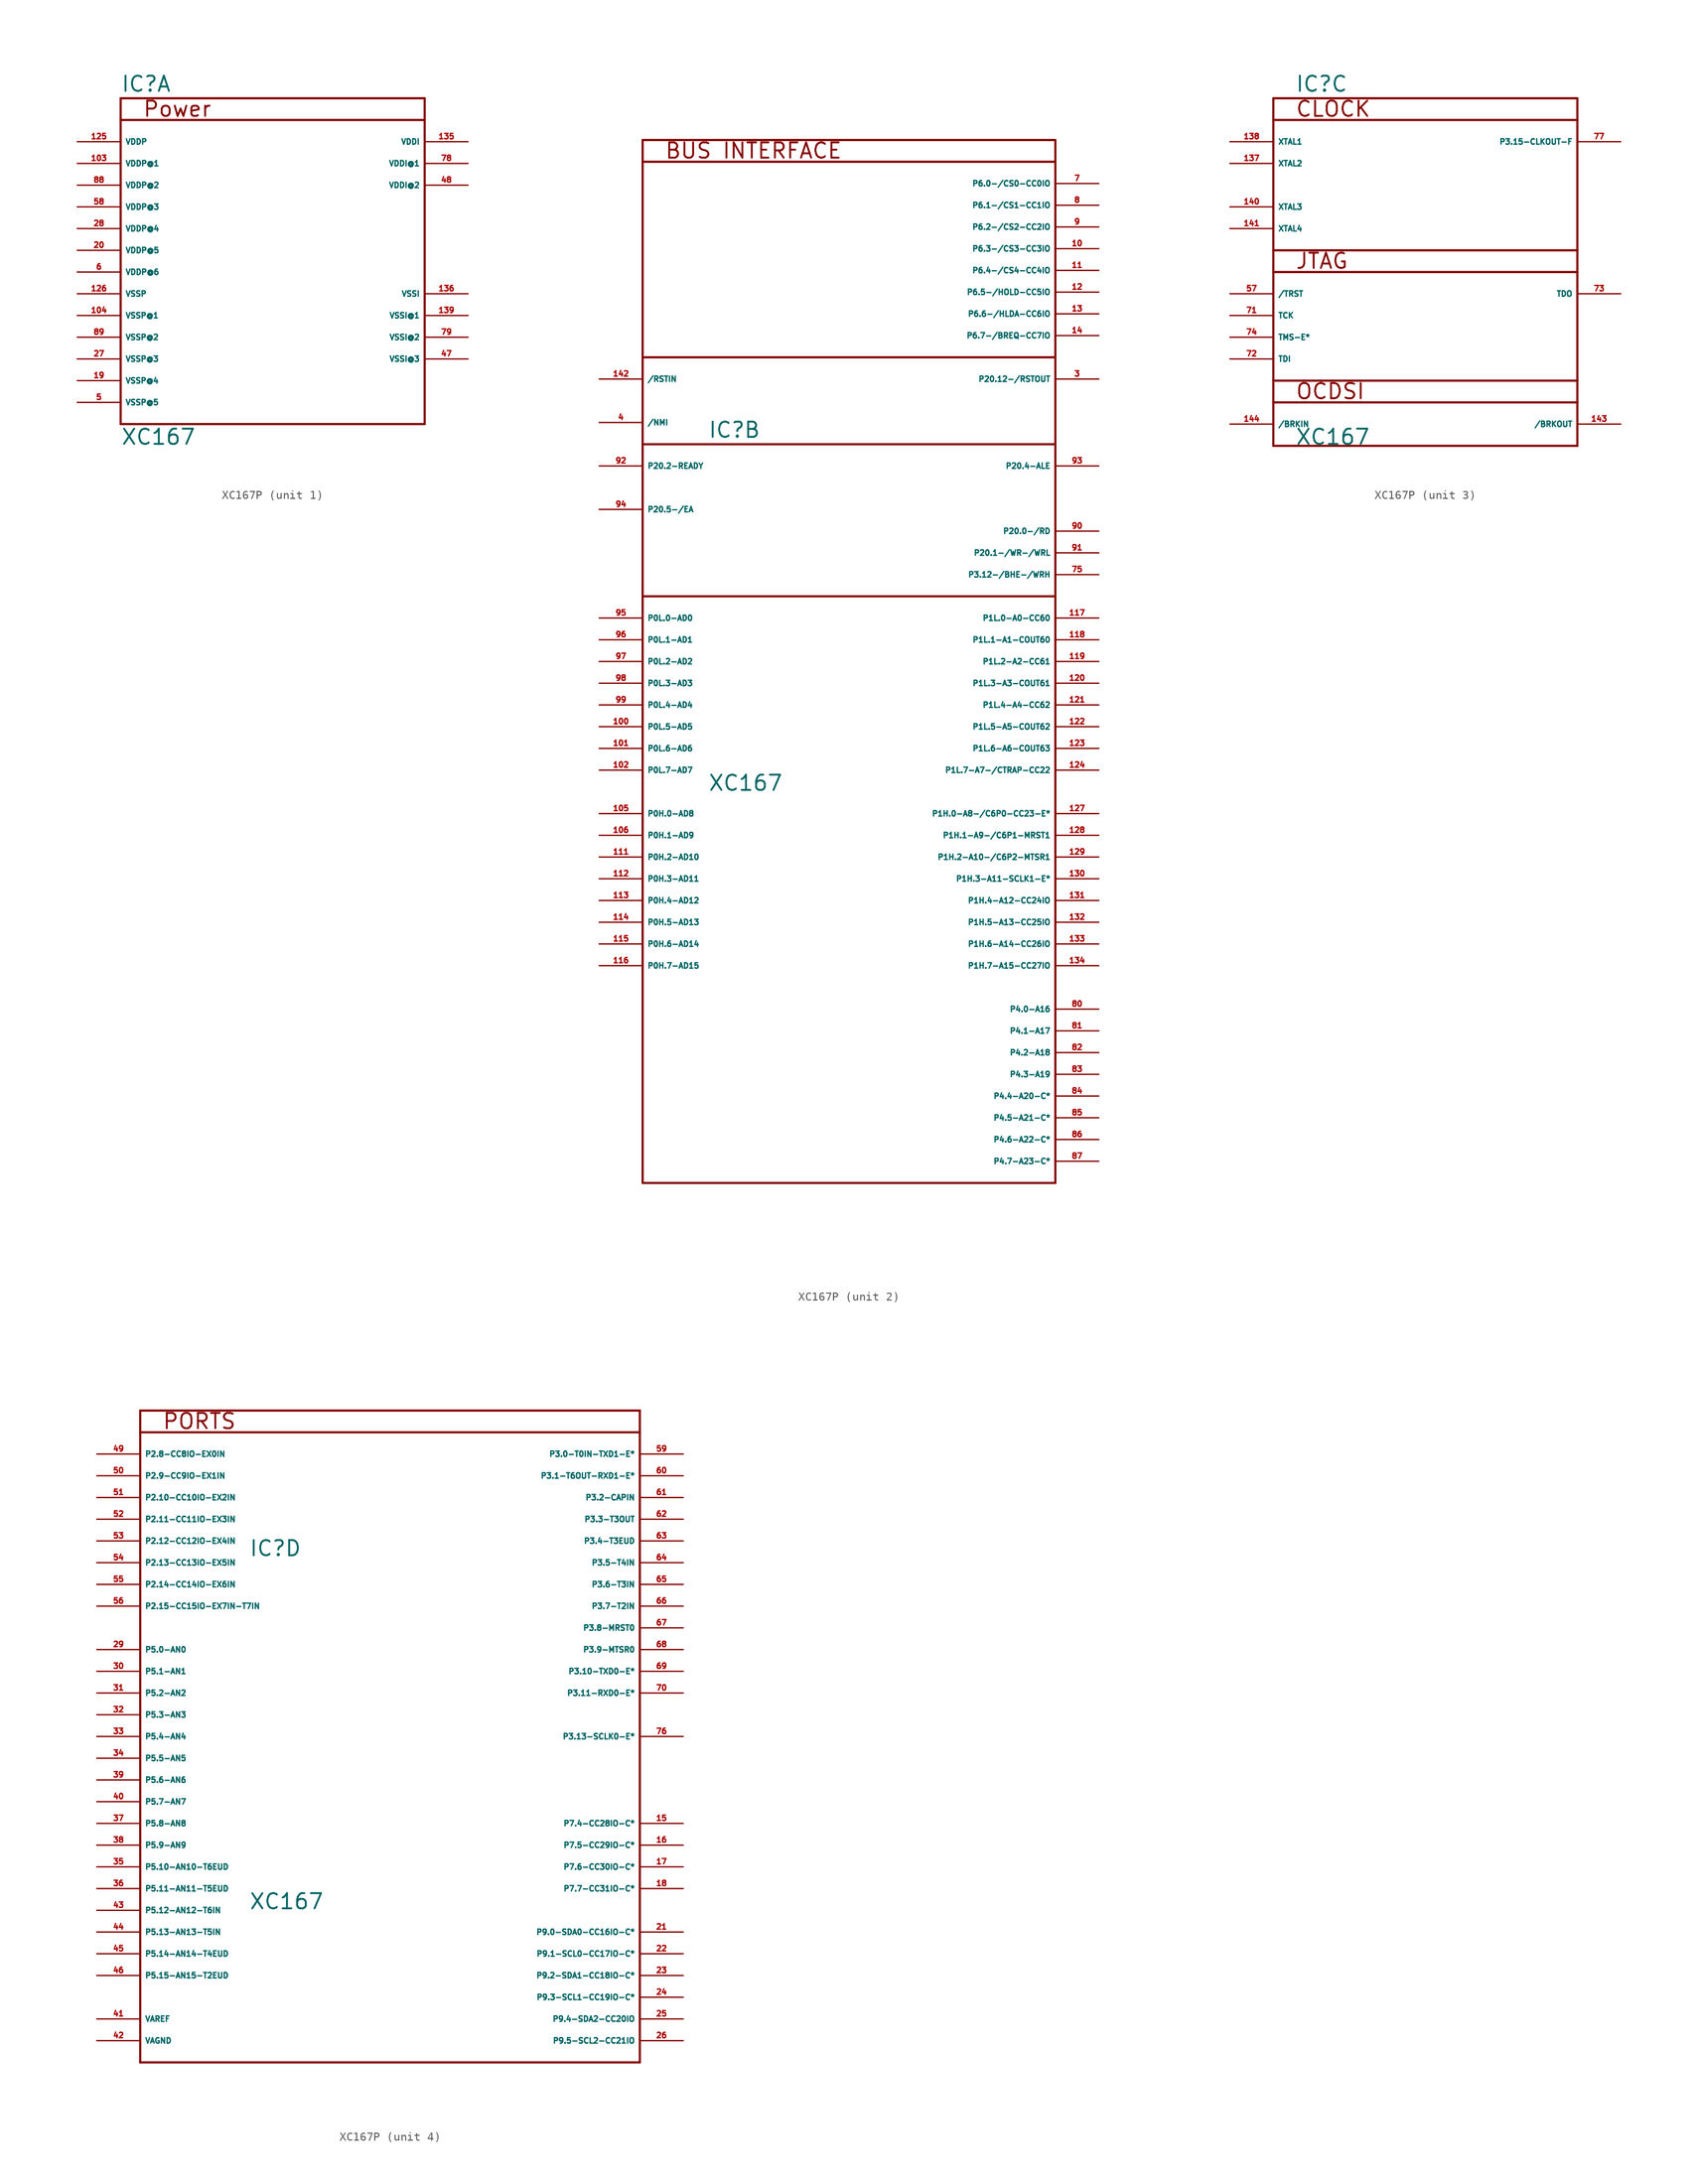
<source format=kicad_sym>
(kicad_symbol_lib
  (version 20220914)
  (generator Eagle2Kicad)
  (symbol "XC167P"
    (property "Reference" "IC"
      (at -15.24 20.955 0)
      (effects (font (size 1.778 1.778) (thickness 0.22)) (justify left bottom)))
    (property "Value" "XC167"
      (at -15.24 -20.32 0)
      (effects (font (size 1.778 1.778) (thickness 0.22)) (justify left bottom)))
    (symbol "XC167P_1_0"
      (polyline (pts (xy 20.32 -17.78) (xy 20.32 17.78)) (stroke (width 0.254) (type default)) (fill (type none)))
      (polyline (pts (xy 20.32 17.78) (xy 20.32 20.32)) (stroke (width 0.254) (type default)) (fill (type none)))
      (polyline (pts (xy 20.32 20.32) (xy -15.24 20.32)) (stroke (width 0.254) (type default)) (fill (type none)))
      (polyline (pts (xy -15.24 20.32) (xy -15.24 17.78)) (stroke (width 0.254) (type default)) (fill (type none)))
      (polyline (pts (xy -15.24 17.78) (xy -15.24 -17.78)) (stroke (width 0.254) (type default)) (fill (type none)))
      (polyline (pts (xy -15.24 -17.78) (xy 20.32 -17.78)) (stroke (width 0.254) (type default)) (fill (type none)))
      (polyline (pts (xy -15.24 17.78) (xy 20.32 17.78)) (stroke (width 0.254) (type default)) (fill (type none)))
      (text "Power" (at -12.7 18.034 0) (effects (font (size 1.778 1.778) (thickness 0.22)) (justify left bottom)))
      (pin unspecified line (at -20.32 15.24 0) (length 5.08) (name "VDDP" (effects (font (size 0.635 0.635) (thickness 0.08)) (justify left bottom))) (number "125" (effects (font (size 0.635 0.635) (thickness 0.08)) (justify left bottom))))
      (pin unspecified line (at -20.32 12.7 0) (length 5.08) (name "VDDP@1" (effects (font (size 0.635 0.635) (thickness 0.08)) (justify left bottom))) (number "103" (effects (font (size 0.635 0.635) (thickness 0.08)) (justify left bottom))))
      (pin unspecified line (at -20.32 10.16 0) (length 5.08) (name "VDDP@2" (effects (font (size 0.635 0.635) (thickness 0.08)) (justify left bottom))) (number "88" (effects (font (size 0.635 0.635) (thickness 0.08)) (justify left bottom))))
      (pin unspecified line (at -20.32 7.62 0) (length 5.08) (name "VDDP@3" (effects (font (size 0.635 0.635) (thickness 0.08)) (justify left bottom))) (number "58" (effects (font (size 0.635 0.635) (thickness 0.08)) (justify left bottom))))
      (pin unspecified line (at -20.32 5.08 0) (length 5.08) (name "VDDP@4" (effects (font (size 0.635 0.635) (thickness 0.08)) (justify left bottom))) (number "28" (effects (font (size 0.635 0.635) (thickness 0.08)) (justify left bottom))))
      (pin unspecified line (at -20.32 2.54 0) (length 5.08) (name "VDDP@5" (effects (font (size 0.635 0.635) (thickness 0.08)) (justify left bottom))) (number "20" (effects (font (size 0.635 0.635) (thickness 0.08)) (justify left bottom))))
      (pin unspecified line (at -20.32 0 0) (length 5.08) (name "VDDP@6" (effects (font (size 0.635 0.635) (thickness 0.08)) (justify left bottom))) (number "6" (effects (font (size 0.635 0.635) (thickness 0.08)) (justify left bottom))))
      (pin unspecified line (at -20.32 -2.54 0) (length 5.08) (name "VSSP" (effects (font (size 0.635 0.635) (thickness 0.08)) (justify left bottom))) (number "126" (effects (font (size 0.635 0.635) (thickness 0.08)) (justify left bottom))))
      (pin unspecified line (at -20.32 -5.08 0) (length 5.08) (name "VSSP@1" (effects (font (size 0.635 0.635) (thickness 0.08)) (justify left bottom))) (number "104" (effects (font (size 0.635 0.635) (thickness 0.08)) (justify left bottom))))
      (pin unspecified line (at -20.32 -7.62 0) (length 5.08) (name "VSSP@2" (effects (font (size 0.635 0.635) (thickness 0.08)) (justify left bottom))) (number "89" (effects (font (size 0.635 0.635) (thickness 0.08)) (justify left bottom))))
      (pin unspecified line (at -20.32 -10.16 0) (length 5.08) (name "VSSP@3" (effects (font (size 0.635 0.635) (thickness 0.08)) (justify left bottom))) (number "27" (effects (font (size 0.635 0.635) (thickness 0.08)) (justify left bottom))))
      (pin unspecified line (at -20.32 -12.7 0) (length 5.08) (name "VSSP@4" (effects (font (size 0.635 0.635) (thickness 0.08)) (justify left bottom))) (number "19" (effects (font (size 0.635 0.635) (thickness 0.08)) (justify left bottom))))
      (pin unspecified line (at -20.32 -15.24 0) (length 5.08) (name "VSSP@5" (effects (font (size 0.635 0.635) (thickness 0.08)) (justify left bottom))) (number "5" (effects (font (size 0.635 0.635) (thickness 0.08)) (justify left bottom))))
      (pin unspecified line (at 25.4 15.24 180) (length 5.08) (name "VDDI" (effects (font (size 0.635 0.635) (thickness 0.08)) (justify left bottom))) (number "135" (effects (font (size 0.635 0.635) (thickness 0.08)) (justify left bottom))))
      (pin unspecified line (at 25.4 12.7 180) (length 5.08) (name "VDDI@1" (effects (font (size 0.635 0.635) (thickness 0.08)) (justify left bottom))) (number "78" (effects (font (size 0.635 0.635) (thickness 0.08)) (justify left bottom))))
      (pin unspecified line (at 25.4 10.16 180) (length 5.08) (name "VDDI@2" (effects (font (size 0.635 0.635) (thickness 0.08)) (justify left bottom))) (number "48" (effects (font (size 0.635 0.635) (thickness 0.08)) (justify left bottom))))
      (pin unspecified line (at 25.4 -2.54 180) (length 5.08) (name "VSSI" (effects (font (size 0.635 0.635) (thickness 0.08)) (justify left bottom))) (number "136" (effects (font (size 0.635 0.635) (thickness 0.08)) (justify left bottom))))
      (pin unspecified line (at 25.4 -5.08 180) (length 5.08) (name "VSSI@1" (effects (font (size 0.635 0.635) (thickness 0.08)) (justify left bottom))) (number "139" (effects (font (size 0.635 0.635) (thickness 0.08)) (justify left bottom))))
      (pin unspecified line (at 25.4 -7.62 180) (length 5.08) (name "VSSI@2" (effects (font (size 0.635 0.635) (thickness 0.08)) (justify left bottom))) (number "79" (effects (font (size 0.635 0.635) (thickness 0.08)) (justify left bottom))))
      (pin output line (at 25.4 -10.16 180) (length 5.08) (name "VSSI@3" (effects (font (size 0.635 0.635) (thickness 0.08)) (justify left bottom))) (number "47" (effects (font (size 0.635 0.635) (thickness 0.08)) (justify left bottom)))))
    (symbol "XC167P_2_0"
      (polyline (pts (xy -22.86 -66.04) (xy 25.4 -66.04)) (stroke (width 0.254) (type default)) (fill (type none)))
      (polyline (pts (xy 25.4 -66.04) (xy 25.4 2.54)) (stroke (width 0.254) (type default)) (fill (type none)))
      (polyline (pts (xy 25.4 2.54) (xy 25.4 20.32)) (stroke (width 0.254) (type default)) (fill (type none)))
      (polyline (pts (xy 25.4 20.32) (xy 25.4 30.48)) (stroke (width 0.254) (type default)) (fill (type none)))
      (polyline (pts (xy 25.4 30.48) (xy 25.4 53.34)) (stroke (width 0.254) (type default)) (fill (type none)))
      (polyline (pts (xy 25.4 53.34) (xy 25.4 55.88)) (stroke (width 0.254) (type default)) (fill (type none)))
      (polyline (pts (xy 25.4 55.88) (xy -22.86 55.88)) (stroke (width 0.254) (type default)) (fill (type none)))
      (polyline (pts (xy -22.86 55.88) (xy -22.86 53.34)) (stroke (width 0.254) (type default)) (fill (type none)))
      (polyline (pts (xy -22.86 53.34) (xy -22.86 30.48)) (stroke (width 0.254) (type default)) (fill (type none)))
      (polyline (pts (xy -22.86 30.48) (xy -22.86 20.32)) (stroke (width 0.254) (type default)) (fill (type none)))
      (polyline (pts (xy -22.86 20.32) (xy -22.86 2.54)) (stroke (width 0.254) (type default)) (fill (type none)))
      (polyline (pts (xy -22.86 2.54) (xy -22.86 -66.04)) (stroke (width 0.254) (type default)) (fill (type none)))
      (polyline (pts (xy 25.4 30.48) (xy -22.86 30.48)) (stroke (width 0.254) (type default)) (fill (type none)))
      (polyline (pts (xy -22.86 2.54) (xy 25.4 2.54)) (stroke (width 0.254) (type default)) (fill (type none)))
      (polyline (pts (xy -22.86 20.32) (xy 25.4 20.32)) (stroke (width 0.254) (type default)) (fill (type none)))
      (polyline (pts (xy -22.86 53.34) (xy 25.4 53.34)) (stroke (width 0.254) (type default)) (fill (type none)))
      (text "BUS INTERFACE" (at -20.32 53.594 0) (effects (font (size 1.778 1.778) (thickness 0.22)) (justify left bottom)))
      (pin bidirectional line (at 30.48 0 180) (length 5.08) (name "P1L.0-A0-CC60" (effects (font (size 0.635 0.635) (thickness 0.08)) (justify left bottom))) (number "117" (effects (font (size 0.635 0.635) (thickness 0.08)) (justify left bottom))))
      (pin bidirectional line (at 30.48 -2.54 180) (length 5.08) (name "P1L.1-A1-COUT60" (effects (font (size 0.635 0.635) (thickness 0.08)) (justify left bottom))) (number "118" (effects (font (size 0.635 0.635) (thickness 0.08)) (justify left bottom))))
      (pin bidirectional line (at 30.48 -5.08 180) (length 5.08) (name "P1L.2-A2-CC61" (effects (font (size 0.635 0.635) (thickness 0.08)) (justify left bottom))) (number "119" (effects (font (size 0.635 0.635) (thickness 0.08)) (justify left bottom))))
      (pin bidirectional line (at 30.48 -7.62 180) (length 5.08) (name "P1L.3-A3-COUT61" (effects (font (size 0.635 0.635) (thickness 0.08)) (justify left bottom))) (number "120" (effects (font (size 0.635 0.635) (thickness 0.08)) (justify left bottom))))
      (pin bidirectional line (at 30.48 -10.16 180) (length 5.08) (name "P1L.4-A4-CC62" (effects (font (size 0.635 0.635) (thickness 0.08)) (justify left bottom))) (number "121" (effects (font (size 0.635 0.635) (thickness 0.08)) (justify left bottom))))
      (pin bidirectional line (at 30.48 -12.7 180) (length 5.08) (name "P1L.5-A5-COUT62" (effects (font (size 0.635 0.635) (thickness 0.08)) (justify left bottom))) (number "122" (effects (font (size 0.635 0.635) (thickness 0.08)) (justify left bottom))))
      (pin bidirectional line (at 30.48 -15.24 180) (length 5.08) (name "P1L.6-A6-COUT63" (effects (font (size 0.635 0.635) (thickness 0.08)) (justify left bottom))) (number "123" (effects (font (size 0.635 0.635) (thickness 0.08)) (justify left bottom))))
      (pin bidirectional line (at 30.48 -17.78 180) (length 5.08) (name "P1L.7-A7-/CTRAP-CC22" (effects (font (size 0.635 0.635) (thickness 0.08)) (justify left bottom))) (number "124" (effects (font (size 0.635 0.635) (thickness 0.08)) (justify left bottom))))
      (pin bidirectional line (at 30.48 -22.86 180) (length 5.08) (name "P1H.0-A8-/C6P0-CC23-E*" (effects (font (size 0.635 0.635) (thickness 0.08)) (justify left bottom))) (number "127" (effects (font (size 0.635 0.635) (thickness 0.08)) (justify left bottom))))
      (pin bidirectional line (at 30.48 -25.4 180) (length 5.08) (name "P1H.1-A9-/C6P1-MRST1" (effects (font (size 0.635 0.635) (thickness 0.08)) (justify left bottom))) (number "128" (effects (font (size 0.635 0.635) (thickness 0.08)) (justify left bottom))))
      (pin bidirectional line (at 30.48 -27.94 180) (length 5.08) (name "P1H.2-A10-/C6P2-MTSR1" (effects (font (size 0.635 0.635) (thickness 0.08)) (justify left bottom))) (number "129" (effects (font (size 0.635 0.635) (thickness 0.08)) (justify left bottom))))
      (pin bidirectional line (at 30.48 -30.48 180) (length 5.08) (name "P1H.3-A11-SCLK1-E*" (effects (font (size 0.635 0.635) (thickness 0.08)) (justify left bottom))) (number "130" (effects (font (size 0.635 0.635) (thickness 0.08)) (justify left bottom))))
      (pin bidirectional line (at 30.48 -33.02 180) (length 5.08) (name "P1H.4-A12-CC24IO" (effects (font (size 0.635 0.635) (thickness 0.08)) (justify left bottom))) (number "131" (effects (font (size 0.635 0.635) (thickness 0.08)) (justify left bottom))))
      (pin bidirectional line (at 30.48 -35.56 180) (length 5.08) (name "P1H.5-A13-CC25IO" (effects (font (size 0.635 0.635) (thickness 0.08)) (justify left bottom))) (number "132" (effects (font (size 0.635 0.635) (thickness 0.08)) (justify left bottom))))
      (pin bidirectional line (at 30.48 -38.1 180) (length 5.08) (name "P1H.6-A14-CC26IO" (effects (font (size 0.635 0.635) (thickness 0.08)) (justify left bottom))) (number "133" (effects (font (size 0.635 0.635) (thickness 0.08)) (justify left bottom))))
      (pin bidirectional line (at 30.48 -40.64 180) (length 5.08) (name "P1H.7-A15-CC27IO" (effects (font (size 0.635 0.635) (thickness 0.08)) (justify left bottom))) (number "134" (effects (font (size 0.635 0.635) (thickness 0.08)) (justify left bottom))))
      (pin bidirectional line (at 30.48 5.08 180) (length 5.08) (name "P3.12-/BHE-/WRH" (effects (font (size 0.635 0.635) (thickness 0.08)) (justify left bottom))) (number "75" (effects (font (size 0.635 0.635) (thickness 0.08)) (justify left bottom))))
      (pin bidirectional line (at 30.48 -45.72 180) (length 5.08) (name "P4.0-A16" (effects (font (size 0.635 0.635) (thickness 0.08)) (justify left bottom))) (number "80" (effects (font (size 0.635 0.635) (thickness 0.08)) (justify left bottom))))
      (pin bidirectional line (at 30.48 -48.26 180) (length 5.08) (name "P4.1-A17" (effects (font (size 0.635 0.635) (thickness 0.08)) (justify left bottom))) (number "81" (effects (font (size 0.635 0.635) (thickness 0.08)) (justify left bottom))))
      (pin bidirectional line (at 30.48 -50.8 180) (length 5.08) (name "P4.2-A18" (effects (font (size 0.635 0.635) (thickness 0.08)) (justify left bottom))) (number "82" (effects (font (size 0.635 0.635) (thickness 0.08)) (justify left bottom))))
      (pin bidirectional line (at 30.48 -53.34 180) (length 5.08) (name "P4.3-A19" (effects (font (size 0.635 0.635) (thickness 0.08)) (justify left bottom))) (number "83" (effects (font (size 0.635 0.635) (thickness 0.08)) (justify left bottom))))
      (pin bidirectional line (at 30.48 -55.88 180) (length 5.08) (name "P4.4-A20-C*" (effects (font (size 0.635 0.635) (thickness 0.08)) (justify left bottom))) (number "84" (effects (font (size 0.635 0.635) (thickness 0.08)) (justify left bottom))))
      (pin bidirectional line (at 30.48 -58.42 180) (length 5.08) (name "P4.5-A21-C*" (effects (font (size 0.635 0.635) (thickness 0.08)) (justify left bottom))) (number "85" (effects (font (size 0.635 0.635) (thickness 0.08)) (justify left bottom))))
      (pin bidirectional line (at 30.48 -60.96 180) (length 5.08) (name "P4.6-A22-C*" (effects (font (size 0.635 0.635) (thickness 0.08)) (justify left bottom))) (number "86" (effects (font (size 0.635 0.635) (thickness 0.08)) (justify left bottom))))
      (pin bidirectional line (at 30.48 -63.5 180) (length 5.08) (name "P4.7-A23-C*" (effects (font (size 0.635 0.635) (thickness 0.08)) (justify left bottom))) (number "87" (effects (font (size 0.635 0.635) (thickness 0.08)) (justify left bottom))))
      (pin bidirectional line (at 30.48 50.8 180) (length 5.08) (name "P6.0-/CS0-CC0IO" (effects (font (size 0.635 0.635) (thickness 0.08)) (justify left bottom))) (number "7" (effects (font (size 0.635 0.635) (thickness 0.08)) (justify left bottom))))
      (pin bidirectional line (at 30.48 48.26 180) (length 5.08) (name "P6.1-/CS1-CC1IO" (effects (font (size 0.635 0.635) (thickness 0.08)) (justify left bottom))) (number "8" (effects (font (size 0.635 0.635) (thickness 0.08)) (justify left bottom))))
      (pin bidirectional line (at 30.48 45.72 180) (length 5.08) (name "P6.2-/CS2-CC2IO" (effects (font (size 0.635 0.635) (thickness 0.08)) (justify left bottom))) (number "9" (effects (font (size 0.635 0.635) (thickness 0.08)) (justify left bottom))))
      (pin bidirectional line (at 30.48 43.18 180) (length 5.08) (name "P6.3-/CS3-CC3IO" (effects (font (size 0.635 0.635) (thickness 0.08)) (justify left bottom))) (number "10" (effects (font (size 0.635 0.635) (thickness 0.08)) (justify left bottom))))
      (pin bidirectional line (at 30.48 40.64 180) (length 5.08) (name "P6.4-/CS4-CC4IO" (effects (font (size 0.635 0.635) (thickness 0.08)) (justify left bottom))) (number "11" (effects (font (size 0.635 0.635) (thickness 0.08)) (justify left bottom))))
      (pin bidirectional line (at 30.48 38.1 180) (length 5.08) (name "P6.5-/HOLD-CC5IO" (effects (font (size 0.635 0.635) (thickness 0.08)) (justify left bottom))) (number "12" (effects (font (size 0.635 0.635) (thickness 0.08)) (justify left bottom))))
      (pin bidirectional line (at 30.48 35.56 180) (length 5.08) (name "P6.6-/HLDA-CC6IO" (effects (font (size 0.635 0.635) (thickness 0.08)) (justify left bottom))) (number "13" (effects (font (size 0.635 0.635) (thickness 0.08)) (justify left bottom))))
      (pin bidirectional line (at 30.48 33.02 180) (length 5.08) (name "P6.7-/BREQ-CC7IO" (effects (font (size 0.635 0.635) (thickness 0.08)) (justify left bottom))) (number "14" (effects (font (size 0.635 0.635) (thickness 0.08)) (justify left bottom))))
      (pin bidirectional line (at 30.48 10.16 180) (length 5.08) (name "P20.0-/RD" (effects (font (size 0.635 0.635) (thickness 0.08)) (justify left bottom))) (number "90" (effects (font (size 0.635 0.635) (thickness 0.08)) (justify left bottom))))
      (pin bidirectional line (at 30.48 7.62 180) (length 5.08) (name "P20.1-/WR-/WRL" (effects (font (size 0.635 0.635) (thickness 0.08)) (justify left bottom))) (number "91" (effects (font (size 0.635 0.635) (thickness 0.08)) (justify left bottom))))
      (pin bidirectional line (at -27.94 17.78 0) (length 5.08) (name "P20.2-READY" (effects (font (size 0.635 0.635) (thickness 0.08)) (justify left bottom))) (number "92" (effects (font (size 0.635 0.635) (thickness 0.08)) (justify left bottom))))
      (pin bidirectional line (at -27.94 12.7 0) (length 5.08) (name "P20.5-/EA" (effects (font (size 0.635 0.635) (thickness 0.08)) (justify left bottom))) (number "94" (effects (font (size 0.635 0.635) (thickness 0.08)) (justify left bottom))))
      (pin bidirectional line (at 30.48 17.78 180) (length 5.08) (name "P20.4-ALE" (effects (font (size 0.635 0.635) (thickness 0.08)) (justify left bottom))) (number "93" (effects (font (size 0.635 0.635) (thickness 0.08)) (justify left bottom))))
      (pin input line (at -27.94 27.94 0) (length 5.08) (name "/RSTIN" (effects (font (size 0.635 0.635) (thickness 0.08)) (justify left bottom))) (number "142" (effects (font (size 0.635 0.635) (thickness 0.08)) (justify left bottom))))
      (pin input line (at -27.94 22.86 0) (length 5.08) (name "/NMI" (effects (font (size 0.635 0.635) (thickness 0.08)) (justify left bottom))) (number "4" (effects (font (size 0.635 0.635) (thickness 0.08)) (justify left bottom))))
      (pin bidirectional line (at 30.48 27.94 180) (length 5.08) (name "P20.12-/RSTOUT" (effects (font (size 0.635 0.635) (thickness 0.08)) (justify left bottom))) (number "3" (effects (font (size 0.635 0.635) (thickness 0.08)) (justify left bottom))))
      (pin bidirectional line (at -27.94 0 0) (length 5.08) (name "P0L.0-AD0" (effects (font (size 0.635 0.635) (thickness 0.08)) (justify left bottom))) (number "95" (effects (font (size 0.635 0.635) (thickness 0.08)) (justify left bottom))))
      (pin bidirectional line (at -27.94 -2.54 0) (length 5.08) (name "P0L.1-AD1" (effects (font (size 0.635 0.635) (thickness 0.08)) (justify left bottom))) (number "96" (effects (font (size 0.635 0.635) (thickness 0.08)) (justify left bottom))))
      (pin bidirectional line (at -27.94 -5.08 0) (length 5.08) (name "P0L.2-AD2" (effects (font (size 0.635 0.635) (thickness 0.08)) (justify left bottom))) (number "97" (effects (font (size 0.635 0.635) (thickness 0.08)) (justify left bottom))))
      (pin bidirectional line (at -27.94 -7.62 0) (length 5.08) (name "P0L.3-AD3" (effects (font (size 0.635 0.635) (thickness 0.08)) (justify left bottom))) (number "98" (effects (font (size 0.635 0.635) (thickness 0.08)) (justify left bottom))))
      (pin bidirectional line (at -27.94 -10.16 0) (length 5.08) (name "P0L.4-AD4" (effects (font (size 0.635 0.635) (thickness 0.08)) (justify left bottom))) (number "99" (effects (font (size 0.635 0.635) (thickness 0.08)) (justify left bottom))))
      (pin bidirectional line (at -27.94 -12.7 0) (length 5.08) (name "P0L.5-AD5" (effects (font (size 0.635 0.635) (thickness 0.08)) (justify left bottom))) (number "100" (effects (font (size 0.635 0.635) (thickness 0.08)) (justify left bottom))))
      (pin bidirectional line (at -27.94 -15.24 0) (length 5.08) (name "P0L.6-AD6" (effects (font (size 0.635 0.635) (thickness 0.08)) (justify left bottom))) (number "101" (effects (font (size 0.635 0.635) (thickness 0.08)) (justify left bottom))))
      (pin bidirectional line (at -27.94 -17.78 0) (length 5.08) (name "P0L.7-AD7" (effects (font (size 0.635 0.635) (thickness 0.08)) (justify left bottom))) (number "102" (effects (font (size 0.635 0.635) (thickness 0.08)) (justify left bottom))))
      (pin bidirectional line (at -27.94 -22.86 0) (length 5.08) (name "P0H.0-AD8" (effects (font (size 0.635 0.635) (thickness 0.08)) (justify left bottom))) (number "105" (effects (font (size 0.635 0.635) (thickness 0.08)) (justify left bottom))))
      (pin bidirectional line (at -27.94 -25.4 0) (length 5.08) (name "P0H.1-AD9" (effects (font (size 0.635 0.635) (thickness 0.08)) (justify left bottom))) (number "106" (effects (font (size 0.635 0.635) (thickness 0.08)) (justify left bottom))))
      (pin bidirectional line (at -27.94 -27.94 0) (length 5.08) (name "P0H.2-AD10" (effects (font (size 0.635 0.635) (thickness 0.08)) (justify left bottom))) (number "111" (effects (font (size 0.635 0.635) (thickness 0.08)) (justify left bottom))))
      (pin bidirectional line (at -27.94 -30.48 0) (length 5.08) (name "P0H.3-AD11" (effects (font (size 0.635 0.635) (thickness 0.08)) (justify left bottom))) (number "112" (effects (font (size 0.635 0.635) (thickness 0.08)) (justify left bottom))))
      (pin bidirectional line (at -27.94 -33.02 0) (length 5.08) (name "P0H.4-AD12" (effects (font (size 0.635 0.635) (thickness 0.08)) (justify left bottom))) (number "113" (effects (font (size 0.635 0.635) (thickness 0.08)) (justify left bottom))))
      (pin bidirectional line (at -27.94 -35.56 0) (length 5.08) (name "P0H.5-AD13" (effects (font (size 0.635 0.635) (thickness 0.08)) (justify left bottom))) (number "114" (effects (font (size 0.635 0.635) (thickness 0.08)) (justify left bottom))))
      (pin bidirectional line (at -27.94 -38.1 0) (length 5.08) (name "P0H.6-AD14" (effects (font (size 0.635 0.635) (thickness 0.08)) (justify left bottom))) (number "115" (effects (font (size 0.635 0.635) (thickness 0.08)) (justify left bottom))))
      (pin bidirectional line (at -27.94 -40.64 0) (length 5.08) (name "P0H.7-AD15" (effects (font (size 0.635 0.635) (thickness 0.08)) (justify left bottom))) (number "116" (effects (font (size 0.635 0.635) (thickness 0.08)) (justify left bottom)))))
    (symbol "XC167P_3_0"
      (polyline (pts (xy 17.78 -20.32) (xy 17.78 -15.24)) (stroke (width 0.254) (type default)) (fill (type none)))
      (polyline (pts (xy 17.78 -15.24) (xy 17.78 -12.7)) (stroke (width 0.254) (type default)) (fill (type none)))
      (polyline (pts (xy 17.78 -12.7) (xy 17.78 0)) (stroke (width 0.254) (type default)) (fill (type none)))
      (polyline (pts (xy 17.78 0) (xy 17.78 2.54)) (stroke (width 0.254) (type default)) (fill (type none)))
      (polyline (pts (xy 17.78 2.54) (xy 17.78 17.78)) (stroke (width 0.254) (type default)) (fill (type none)))
      (polyline (pts (xy 17.78 17.78) (xy 17.78 20.32)) (stroke (width 0.254) (type default)) (fill (type none)))
      (polyline (pts (xy 17.78 20.32) (xy -17.78 20.32)) (stroke (width 0.254) (type default)) (fill (type none)))
      (polyline (pts (xy -17.78 20.32) (xy -17.78 17.78)) (stroke (width 0.254) (type default)) (fill (type none)))
      (polyline (pts (xy -17.78 17.78) (xy -17.78 2.54)) (stroke (width 0.254) (type default)) (fill (type none)))
      (polyline (pts (xy -17.78 2.54) (xy -17.78 0)) (stroke (width 0.254) (type default)) (fill (type none)))
      (polyline (pts (xy -17.78 0) (xy -17.78 -12.7)) (stroke (width 0.254) (type default)) (fill (type none)))
      (polyline (pts (xy -17.78 -12.7) (xy -17.78 -15.24)) (stroke (width 0.254) (type default)) (fill (type none)))
      (polyline (pts (xy -17.78 -15.24) (xy -17.78 -20.32)) (stroke (width 0.254) (type default)) (fill (type none)))
      (polyline (pts (xy 17.78 0) (xy -17.78 0)) (stroke (width 0.254) (type default)) (fill (type none)))
      (polyline (pts (xy -17.78 -15.24) (xy 17.78 -15.24)) (stroke (width 0.254) (type default)) (fill (type none)))
      (polyline (pts (xy -17.78 2.54) (xy 17.78 2.54)) (stroke (width 0.254) (type default)) (fill (type none)))
      (polyline (pts (xy -17.78 -12.7) (xy 17.78 -12.7)) (stroke (width 0.254) (type default)) (fill (type none)))
      (polyline (pts (xy -17.78 -20.32) (xy 17.78 -20.32)) (stroke (width 0.254) (type default)) (fill (type none)))
      (polyline (pts (xy -17.78 17.78) (xy 17.78 17.78)) (stroke (width 0.254) (type default)) (fill (type none)))
      (text "CLOCK" (at -15.24 18.034 0) (effects (font (size 1.778 1.778) (thickness 0.22)) (justify left bottom)))
      (text "JTAG" (at -15.24 0.254 0) (effects (font (size 1.778 1.778) (thickness 0.22)) (justify left bottom)))
      (text "OCDSI" (at -15.24 -14.986 0) (effects (font (size 1.778 1.778) (thickness 0.22)) (justify left bottom)))
      (pin bidirectional line (at 22.86 15.24 180) (length 5.08) (name "P3.15-CLKOUT-F" (effects (font (size 0.635 0.635) (thickness 0.08)) (justify left bottom))) (number "77" (effects (font (size 0.635 0.635) (thickness 0.08)) (justify left bottom))))
      (pin output line (at -22.86 12.7 0) (length 5.08) (name "XTAL2" (effects (font (size 0.635 0.635) (thickness 0.08)) (justify left bottom))) (number "137" (effects (font (size 0.635 0.635) (thickness 0.08)) (justify left bottom))))
      (pin input line (at -22.86 15.24 0) (length 5.08) (name "XTAL1" (effects (font (size 0.635 0.635) (thickness 0.08)) (justify left bottom))) (number "138" (effects (font (size 0.635 0.635) (thickness 0.08)) (justify left bottom))))
      (pin input line (at -22.86 7.62 0) (length 5.08) (name "XTAL3" (effects (font (size 0.635 0.635) (thickness 0.08)) (justify left bottom))) (number "140" (effects (font (size 0.635 0.635) (thickness 0.08)) (justify left bottom))))
      (pin output line (at -22.86 5.08 0) (length 5.08) (name "XTAL4" (effects (font (size 0.635 0.635) (thickness 0.08)) (justify left bottom))) (number "141" (effects (font (size 0.635 0.635) (thickness 0.08)) (justify left bottom))))
      (pin input line (at -22.86 -2.54 0) (length 5.08) (name "/TRST" (effects (font (size 0.635 0.635) (thickness 0.08)) (justify left bottom))) (number "57" (effects (font (size 0.635 0.635) (thickness 0.08)) (justify left bottom))))
      (pin input line (at -22.86 -5.08 0) (length 5.08) (name "TCK" (effects (font (size 0.635 0.635) (thickness 0.08)) (justify left bottom))) (number "71" (effects (font (size 0.635 0.635) (thickness 0.08)) (justify left bottom))))
      (pin input line (at -22.86 -10.16 0) (length 5.08) (name "TDI" (effects (font (size 0.635 0.635) (thickness 0.08)) (justify left bottom))) (number "72" (effects (font (size 0.635 0.635) (thickness 0.08)) (justify left bottom))))
      (pin input line (at -22.86 -7.62 0) (length 5.08) (name "TMS-E*" (effects (font (size 0.635 0.635) (thickness 0.08)) (justify left bottom))) (number "74" (effects (font (size 0.635 0.635) (thickness 0.08)) (justify left bottom))))
      (pin input line (at -22.86 -17.78 0) (length 5.08) (name "/BRKIN" (effects (font (size 0.635 0.635) (thickness 0.08)) (justify left bottom))) (number "144" (effects (font (size 0.635 0.635) (thickness 0.08)) (justify left bottom))))
      (pin output line (at 22.86 -17.78 180) (length 5.08) (name "/BRKOUT" (effects (font (size 0.635 0.635) (thickness 0.08)) (justify left bottom))) (number "143" (effects (font (size 0.635 0.635) (thickness 0.08)) (justify left bottom))))
      (pin output line (at 22.86 -2.54 180) (length 5.08) (name "TDO" (effects (font (size 0.635 0.635) (thickness 0.08)) (justify left bottom))) (number "73" (effects (font (size 0.635 0.635) (thickness 0.08)) (justify left bottom)))))
    (symbol "XC167P_4_0"
      (polyline (pts (xy 30.48 -38.1) (xy 30.48 35.56)) (stroke (width 0.254) (type default)) (fill (type none)))
      (polyline (pts (xy 30.48 35.56) (xy 30.48 38.1)) (stroke (width 0.254) (type default)) (fill (type none)))
      (polyline (pts (xy 30.48 38.1) (xy -27.94 38.1)) (stroke (width 0.254) (type default)) (fill (type none)))
      (polyline (pts (xy -27.94 38.1) (xy -27.94 35.56)) (stroke (width 0.254) (type default)) (fill (type none)))
      (polyline (pts (xy -27.94 35.56) (xy -27.94 -38.1)) (stroke (width 0.254) (type default)) (fill (type none)))
      (polyline (pts (xy -27.94 -38.1) (xy 30.48 -38.1)) (stroke (width 0.254) (type default)) (fill (type none)))
      (polyline (pts (xy -27.94 35.56) (xy 30.48 35.56)) (stroke (width 0.254) (type default)) (fill (type none)))
      (text "PORTS" (at -25.4 35.814 0) (effects (font (size 1.778 1.778) (thickness 0.22)) (justify left bottom)))
      (pin bidirectional line (at -33.02 33.02 0) (length 5.08) (name "P2.8-CC8IO-EX0IN" (effects (font (size 0.635 0.635) (thickness 0.08)) (justify left bottom))) (number "49" (effects (font (size 0.635 0.635) (thickness 0.08)) (justify left bottom))))
      (pin bidirectional line (at -33.02 30.48 0) (length 5.08) (name "P2.9-CC9IO-EX1IN" (effects (font (size 0.635 0.635) (thickness 0.08)) (justify left bottom))) (number "50" (effects (font (size 0.635 0.635) (thickness 0.08)) (justify left bottom))))
      (pin bidirectional line (at -33.02 27.94 0) (length 5.08) (name "P2.10-CC10IO-EX2IN" (effects (font (size 0.635 0.635) (thickness 0.08)) (justify left bottom))) (number "51" (effects (font (size 0.635 0.635) (thickness 0.08)) (justify left bottom))))
      (pin bidirectional line (at -33.02 25.4 0) (length 5.08) (name "P2.11-CC11IO-EX3IN" (effects (font (size 0.635 0.635) (thickness 0.08)) (justify left bottom))) (number "52" (effects (font (size 0.635 0.635) (thickness 0.08)) (justify left bottom))))
      (pin bidirectional line (at -33.02 22.86 0) (length 5.08) (name "P2.12-CC12IO-EX4IN" (effects (font (size 0.635 0.635) (thickness 0.08)) (justify left bottom))) (number "53" (effects (font (size 0.635 0.635) (thickness 0.08)) (justify left bottom))))
      (pin bidirectional line (at -33.02 20.32 0) (length 5.08) (name "P2.13-CC13IO-EX5IN" (effects (font (size 0.635 0.635) (thickness 0.08)) (justify left bottom))) (number "54" (effects (font (size 0.635 0.635) (thickness 0.08)) (justify left bottom))))
      (pin bidirectional line (at -33.02 17.78 0) (length 5.08) (name "P2.14-CC14IO-EX6IN" (effects (font (size 0.635 0.635) (thickness 0.08)) (justify left bottom))) (number "55" (effects (font (size 0.635 0.635) (thickness 0.08)) (justify left bottom))))
      (pin bidirectional line (at -33.02 15.24 0) (length 5.08) (name "P2.15-CC15IO-EX7IN-T7IN" (effects (font (size 0.635 0.635) (thickness 0.08)) (justify left bottom))) (number "56" (effects (font (size 0.635 0.635) (thickness 0.08)) (justify left bottom))))
      (pin bidirectional line (at 35.56 33.02 180) (length 5.08) (name "P3.0-T0IN-TXD1-E*" (effects (font (size 0.635 0.635) (thickness 0.08)) (justify left bottom))) (number "59" (effects (font (size 0.635 0.635) (thickness 0.08)) (justify left bottom))))
      (pin bidirectional line (at 35.56 17.78 180) (length 5.08) (name "P3.6-T3IN" (effects (font (size 0.635 0.635) (thickness 0.08)) (justify left bottom))) (number "65" (effects (font (size 0.635 0.635) (thickness 0.08)) (justify left bottom))))
      (pin bidirectional line (at 35.56 12.7 180) (length 5.08) (name "P3.8-MRST0" (effects (font (size 0.635 0.635) (thickness 0.08)) (justify left bottom))) (number "67" (effects (font (size 0.635 0.635) (thickness 0.08)) (justify left bottom))))
      (pin bidirectional line (at 35.56 10.16 180) (length 5.08) (name "P3.9-MTSR0" (effects (font (size 0.635 0.635) (thickness 0.08)) (justify left bottom))) (number "68" (effects (font (size 0.635 0.635) (thickness 0.08)) (justify left bottom))))
      (pin bidirectional line (at 35.56 7.62 180) (length 5.08) (name "P3.10-TXD0-E*" (effects (font (size 0.635 0.635) (thickness 0.08)) (justify left bottom))) (number "69" (effects (font (size 0.635 0.635) (thickness 0.08)) (justify left bottom))))
      (pin bidirectional line (at 35.56 5.08 180) (length 5.08) (name "P3.11-RXD0-E*" (effects (font (size 0.635 0.635) (thickness 0.08)) (justify left bottom))) (number "70" (effects (font (size 0.635 0.635) (thickness 0.08)) (justify left bottom))))
      (pin bidirectional line (at 35.56 0 180) (length 5.08) (name "P3.13-SCLK0-E*" (effects (font (size 0.635 0.635) (thickness 0.08)) (justify left bottom))) (number "76" (effects (font (size 0.635 0.635) (thickness 0.08)) (justify left bottom))))
      (pin passive line (at -33.02 -33.02 0) (length 5.08) (name "VAREF" (effects (font (size 0.635 0.635) (thickness 0.08)) (justify left bottom))) (number "41" (effects (font (size 0.635 0.635) (thickness 0.08)) (justify left bottom))))
      (pin passive line (at -33.02 -35.56 0) (length 5.08) (name "VAGND" (effects (font (size 0.635 0.635) (thickness 0.08)) (justify left bottom))) (number "42" (effects (font (size 0.635 0.635) (thickness 0.08)) (justify left bottom))))
      (pin input line (at -33.02 10.16 0) (length 5.08) (name "P5.0-AN0" (effects (font (size 0.635 0.635) (thickness 0.08)) (justify left bottom))) (number "29" (effects (font (size 0.635 0.635) (thickness 0.08)) (justify left bottom))))
      (pin input line (at -33.02 7.62 0) (length 5.08) (name "P5.1-AN1" (effects (font (size 0.635 0.635) (thickness 0.08)) (justify left bottom))) (number "30" (effects (font (size 0.635 0.635) (thickness 0.08)) (justify left bottom))))
      (pin input line (at -33.02 5.08 0) (length 5.08) (name "P5.2-AN2" (effects (font (size 0.635 0.635) (thickness 0.08)) (justify left bottom))) (number "31" (effects (font (size 0.635 0.635) (thickness 0.08)) (justify left bottom))))
      (pin input line (at -33.02 2.54 0) (length 5.08) (name "P5.3-AN3" (effects (font (size 0.635 0.635) (thickness 0.08)) (justify left bottom))) (number "32" (effects (font (size 0.635 0.635) (thickness 0.08)) (justify left bottom))))
      (pin input line (at -33.02 0 0) (length 5.08) (name "P5.4-AN4" (effects (font (size 0.635 0.635) (thickness 0.08)) (justify left bottom))) (number "33" (effects (font (size 0.635 0.635) (thickness 0.08)) (justify left bottom))))
      (pin input line (at -33.02 -2.54 0) (length 5.08) (name "P5.5-AN5" (effects (font (size 0.635 0.635) (thickness 0.08)) (justify left bottom))) (number "34" (effects (font (size 0.635 0.635) (thickness 0.08)) (justify left bottom))))
      (pin input line (at -33.02 -5.08 0) (length 5.08) (name "P5.6-AN6" (effects (font (size 0.635 0.635) (thickness 0.08)) (justify left bottom))) (number "39" (effects (font (size 0.635 0.635) (thickness 0.08)) (justify left bottom))))
      (pin input line (at -33.02 -7.62 0) (length 5.08) (name "P5.7-AN7" (effects (font (size 0.635 0.635) (thickness 0.08)) (justify left bottom))) (number "40" (effects (font (size 0.635 0.635) (thickness 0.08)) (justify left bottom))))
      (pin input line (at -33.02 -20.32 0) (length 5.08) (name "P5.12-AN12-T6IN" (effects (font (size 0.635 0.635) (thickness 0.08)) (justify left bottom))) (number "43" (effects (font (size 0.635 0.635) (thickness 0.08)) (justify left bottom))))
      (pin input line (at -33.02 -22.86 0) (length 5.08) (name "P5.13-AN13-T5IN" (effects (font (size 0.635 0.635) (thickness 0.08)) (justify left bottom))) (number "44" (effects (font (size 0.635 0.635) (thickness 0.08)) (justify left bottom))))
      (pin input line (at -33.02 -25.4 0) (length 5.08) (name "P5.14-AN14-T4EUD" (effects (font (size 0.635 0.635) (thickness 0.08)) (justify left bottom))) (number "45" (effects (font (size 0.635 0.635) (thickness 0.08)) (justify left bottom))))
      (pin input line (at -33.02 -27.94 0) (length 5.08) (name "P5.15-AN15-T2EUD" (effects (font (size 0.635 0.635) (thickness 0.08)) (justify left bottom))) (number "46" (effects (font (size 0.635 0.635) (thickness 0.08)) (justify left bottom))))
      (pin bidirectional line (at 35.56 -10.16 180) (length 5.08) (name "P7.4-CC28IO-C*" (effects (font (size 0.635 0.635) (thickness 0.08)) (justify left bottom))) (number "15" (effects (font (size 0.635 0.635) (thickness 0.08)) (justify left bottom))))
      (pin bidirectional line (at 35.56 -12.7 180) (length 5.08) (name "P7.5-CC29IO-C*" (effects (font (size 0.635 0.635) (thickness 0.08)) (justify left bottom))) (number "16" (effects (font (size 0.635 0.635) (thickness 0.08)) (justify left bottom))))
      (pin bidirectional line (at 35.56 -15.24 180) (length 5.08) (name "P7.6-CC30IO-C*" (effects (font (size 0.635 0.635) (thickness 0.08)) (justify left bottom))) (number "17" (effects (font (size 0.635 0.635) (thickness 0.08)) (justify left bottom))))
      (pin bidirectional line (at 35.56 -17.78 180) (length 5.08) (name "P7.7-CC31IO-C*" (effects (font (size 0.635 0.635) (thickness 0.08)) (justify left bottom))) (number "18" (effects (font (size 0.635 0.635) (thickness 0.08)) (justify left bottom))))
      (pin bidirectional line (at 35.56 -22.86 180) (length 5.08) (name "P9.0-SDA0-CC16IO-C*" (effects (font (size 0.635 0.635) (thickness 0.08)) (justify left bottom))) (number "21" (effects (font (size 0.635 0.635) (thickness 0.08)) (justify left bottom))))
      (pin bidirectional line (at 35.56 -25.4 180) (length 5.08) (name "P9.1-SCL0-CC17IO-C*" (effects (font (size 0.635 0.635) (thickness 0.08)) (justify left bottom))) (number "22" (effects (font (size 0.635 0.635) (thickness 0.08)) (justify left bottom))))
      (pin bidirectional line (at 35.56 -27.94 180) (length 5.08) (name "P9.2-SDA1-CC18IO-C*" (effects (font (size 0.635 0.635) (thickness 0.08)) (justify left bottom))) (number "23" (effects (font (size 0.635 0.635) (thickness 0.08)) (justify left bottom))))
      (pin bidirectional line (at 35.56 -30.48 180) (length 5.08) (name "P9.3-SCL1-CC19IO-C*" (effects (font (size 0.635 0.635) (thickness 0.08)) (justify left bottom))) (number "24" (effects (font (size 0.635 0.635) (thickness 0.08)) (justify left bottom))))
      (pin bidirectional line (at 35.56 -33.02 180) (length 5.08) (name "P9.4-SDA2-CC20IO" (effects (font (size 0.635 0.635) (thickness 0.08)) (justify left bottom))) (number "25" (effects (font (size 0.635 0.635) (thickness 0.08)) (justify left bottom))))
      (pin bidirectional line (at 35.56 -35.56 180) (length 5.08) (name "P9.5-SCL2-CC21IO" (effects (font (size 0.635 0.635) (thickness 0.08)) (justify left bottom))) (number "26" (effects (font (size 0.635 0.635) (thickness 0.08)) (justify left bottom))))
      (pin input line (at -33.02 -10.16 0) (length 5.08) (name "P5.8-AN8" (effects (font (size 0.635 0.635) (thickness 0.08)) (justify left bottom))) (number "37" (effects (font (size 0.635 0.635) (thickness 0.08)) (justify left bottom))))
      (pin input line (at -33.02 -12.7 0) (length 5.08) (name "P5.9-AN9" (effects (font (size 0.635 0.635) (thickness 0.08)) (justify left bottom))) (number "38" (effects (font (size 0.635 0.635) (thickness 0.08)) (justify left bottom))))
      (pin input line (at -33.02 -15.24 0) (length 5.08) (name "P5.10-AN10-T6EUD" (effects (font (size 0.635 0.635) (thickness 0.08)) (justify left bottom))) (number "35" (effects (font (size 0.635 0.635) (thickness 0.08)) (justify left bottom))))
      (pin input line (at -33.02 -17.78 0) (length 5.08) (name "P5.11-AN11-T5EUD" (effects (font (size 0.635 0.635) (thickness 0.08)) (justify left bottom))) (number "36" (effects (font (size 0.635 0.635) (thickness 0.08)) (justify left bottom))))
      (pin bidirectional line (at 35.56 30.48 180) (length 5.08) (name "P3.1-T6OUT-RXD1-E*" (effects (font (size 0.635 0.635) (thickness 0.08)) (justify left bottom))) (number "60" (effects (font (size 0.635 0.635) (thickness 0.08)) (justify left bottom))))
      (pin bidirectional line (at 35.56 27.94 180) (length 5.08) (name "P3.2-CAPIN" (effects (font (size 0.635 0.635) (thickness 0.08)) (justify left bottom))) (number "61" (effects (font (size 0.635 0.635) (thickness 0.08)) (justify left bottom))))
      (pin bidirectional line (at 35.56 25.4 180) (length 5.08) (name "P3.3-T3OUT" (effects (font (size 0.635 0.635) (thickness 0.08)) (justify left bottom))) (number "62" (effects (font (size 0.635 0.635) (thickness 0.08)) (justify left bottom))))
      (pin bidirectional line (at 35.56 22.86 180) (length 5.08) (name "P3.4-T3EUD" (effects (font (size 0.635 0.635) (thickness 0.08)) (justify left bottom))) (number "63" (effects (font (size 0.635 0.635) (thickness 0.08)) (justify left bottom))))
      (pin bidirectional line (at 35.56 20.32 180) (length 5.08) (name "P3.5-T4IN" (effects (font (size 0.635 0.635) (thickness 0.08)) (justify left bottom))) (number "64" (effects (font (size 0.635 0.635) (thickness 0.08)) (justify left bottom))))
      (pin bidirectional line (at 35.56 15.24 180) (length 5.08) (name "P3.7-T2IN" (effects (font (size 0.635 0.635) (thickness 0.08)) (justify left bottom))) (number "66" (effects (font (size 0.635 0.635) (thickness 0.08)) (justify left bottom)))))))
</source>
